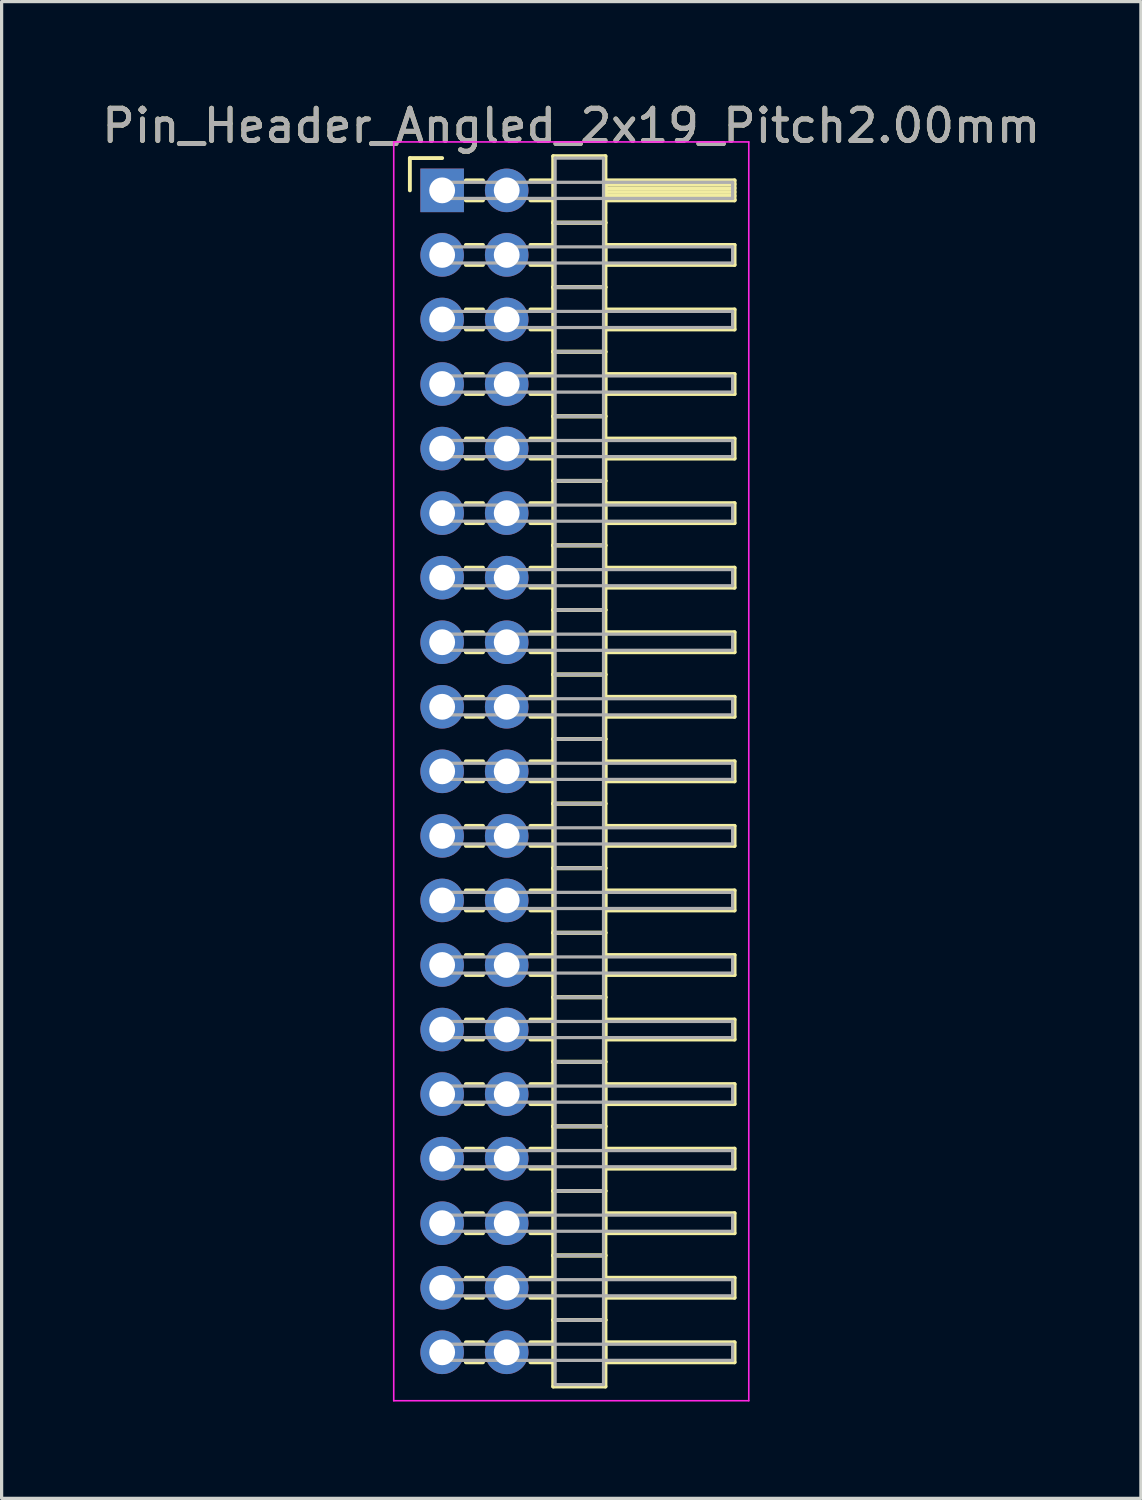
<source format=kicad_pcb>
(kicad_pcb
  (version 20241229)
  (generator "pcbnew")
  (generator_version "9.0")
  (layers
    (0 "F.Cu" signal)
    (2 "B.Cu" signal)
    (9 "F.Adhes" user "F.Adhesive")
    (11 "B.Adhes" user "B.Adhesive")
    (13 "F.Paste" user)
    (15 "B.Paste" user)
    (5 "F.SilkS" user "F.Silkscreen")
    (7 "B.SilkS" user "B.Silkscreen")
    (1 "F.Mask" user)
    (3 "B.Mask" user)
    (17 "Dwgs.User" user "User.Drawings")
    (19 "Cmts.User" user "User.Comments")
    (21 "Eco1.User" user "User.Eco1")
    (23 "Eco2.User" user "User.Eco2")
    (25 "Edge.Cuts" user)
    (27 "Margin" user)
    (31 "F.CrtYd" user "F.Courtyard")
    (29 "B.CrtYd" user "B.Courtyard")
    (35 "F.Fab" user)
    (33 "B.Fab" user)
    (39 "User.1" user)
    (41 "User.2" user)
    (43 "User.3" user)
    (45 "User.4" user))
  (footprint "Pin_Header_Angled_2x19_Pitch2.00mm"
    (layer "F.Cu")
    (at 10.649 2.848)
    (property "Reference" "Pin_Header_Angled_2x19_Pitch2.00mm" (at 4 -2 0) (layer "F.SilkS") (effects (font (size 1 1) (thickness 0.15))))
    (attr through_hole)
    (fp_line (start -1 -1) (end 0 -1) (stroke (width 0.12) (type solid)) (layer "F.SilkS"))
    (fp_line (start -1 0) (end -1 -1) (stroke (width 0.12) (type solid)) (layer "F.SilkS"))
    (fp_line (start 0.735 -0.31) (end 1.265 -0.31) (stroke (width 0.12) (type solid)) (layer "F.SilkS"))
    (fp_line (start 0.735 0.31) (end 1.265 0.31) (stroke (width 0.12) (type solid)) (layer "F.SilkS"))
    (fp_line (start 0.735 1.69) (end 1.265 1.69) (stroke (width 0.12) (type solid)) (layer "F.SilkS"))
    (fp_line (start 0.735 2.31) (end 1.265 2.31) (stroke (width 0.12) (type solid)) (layer "F.SilkS"))
    (fp_line (start 0.735 3.69) (end 1.265 3.69) (stroke (width 0.12) (type solid)) (layer "F.SilkS"))
    (fp_line (start 0.735 4.31) (end 1.265 4.31) (stroke (width 0.12) (type solid)) (layer "F.SilkS"))
    (fp_line (start 0.735 5.69) (end 1.265 5.69) (stroke (width 0.12) (type solid)) (layer "F.SilkS"))
    (fp_line (start 0.735 6.31) (end 1.265 6.31) (stroke (width 0.12) (type solid)) (layer "F.SilkS"))
    (fp_line (start 0.735 7.69) (end 1.265 7.69) (stroke (width 0.12) (type solid)) (layer "F.SilkS"))
    (fp_line (start 0.735 8.31) (end 1.265 8.31) (stroke (width 0.12) (type solid)) (layer "F.SilkS"))
    (fp_line (start 0.735 9.69) (end 1.265 9.69) (stroke (width 0.12) (type solid)) (layer "F.SilkS"))
    (fp_line (start 0.735 10.31) (end 1.265 10.31) (stroke (width 0.12) (type solid)) (layer "F.SilkS"))
    (fp_line (start 0.735 11.69) (end 1.265 11.69) (stroke (width 0.12) (type solid)) (layer "F.SilkS"))
    (fp_line (start 0.735 12.31) (end 1.265 12.31) (stroke (width 0.12) (type solid)) (layer "F.SilkS"))
    (fp_line (start 0.735 13.69) (end 1.265 13.69) (stroke (width 0.12) (type solid)) (layer "F.SilkS"))
    (fp_line (start 0.735 14.31) (end 1.265 14.31) (stroke (width 0.12) (type solid)) (layer "F.SilkS"))
    (fp_line (start 0.735 15.69) (end 1.265 15.69) (stroke (width 0.12) (type solid)) (layer "F.SilkS"))
    (fp_line (start 0.735 16.31) (end 1.265 16.31) (stroke (width 0.12) (type solid)) (layer "F.SilkS"))
    (fp_line (start 0.735 17.69) (end 1.265 17.69) (stroke (width 0.12) (type solid)) (layer "F.SilkS"))
    (fp_line (start 0.735 18.31) (end 1.265 18.31) (stroke (width 0.12) (type solid)) (layer "F.SilkS"))
    (fp_line (start 0.735 19.69) (end 1.265 19.69) (stroke (width 0.12) (type solid)) (layer "F.SilkS"))
    (fp_line (start 0.735 20.31) (end 1.265 20.31) (stroke (width 0.12) (type solid)) (layer "F.SilkS"))
    (fp_line (start 0.735 21.69) (end 1.265 21.69) (stroke (width 0.12) (type solid)) (layer "F.SilkS"))
    (fp_line (start 0.735 22.31) (end 1.265 22.31) (stroke (width 0.12) (type solid)) (layer "F.SilkS"))
    (fp_line (start 0.735 23.69) (end 1.265 23.69) (stroke (width 0.12) (type solid)) (layer "F.SilkS"))
    (fp_line (start 0.735 24.31) (end 1.265 24.31) (stroke (width 0.12) (type solid)) (layer "F.SilkS"))
    (fp_line (start 0.735 25.69) (end 1.265 25.69) (stroke (width 0.12) (type solid)) (layer "F.SilkS"))
    (fp_line (start 0.735 26.31) (end 1.265 26.31) (stroke (width 0.12) (type solid)) (layer "F.SilkS"))
    (fp_line (start 0.735 27.69) (end 1.265 27.69) (stroke (width 0.12) (type solid)) (layer "F.SilkS"))
    (fp_line (start 0.735 28.31) (end 1.265 28.31) (stroke (width 0.12) (type solid)) (layer "F.SilkS"))
    (fp_line (start 0.735 29.69) (end 1.265 29.69) (stroke (width 0.12) (type solid)) (layer "F.SilkS"))
    (fp_line (start 0.735 30.31) (end 1.265 30.31) (stroke (width 0.12) (type solid)) (layer "F.SilkS"))
    (fp_line (start 0.735 31.69) (end 1.265 31.69) (stroke (width 0.12) (type solid)) (layer "F.SilkS"))
    (fp_line (start 0.735 32.31) (end 1.265 32.31) (stroke (width 0.12) (type solid)) (layer "F.SilkS"))
    (fp_line (start 0.735 33.69) (end 1.265 33.69) (stroke (width 0.12) (type solid)) (layer "F.SilkS"))
    (fp_line (start 0.735 34.31) (end 1.265 34.31) (stroke (width 0.12) (type solid)) (layer "F.SilkS"))
    (fp_line (start 0.735 35.69) (end 1.265 35.69) (stroke (width 0.12) (type solid)) (layer "F.SilkS"))
    (fp_line (start 0.735 36.31) (end 1.265 36.31) (stroke (width 0.12) (type solid)) (layer "F.SilkS"))
    (fp_line (start 2.735 -0.31) (end 3.44 -0.31) (stroke (width 0.12) (type solid)) (layer "F.SilkS"))
    (fp_line (start 2.735 0.31) (end 3.44 0.31) (stroke (width 0.12) (type solid)) (layer "F.SilkS"))
    (fp_line (start 2.735 1.69) (end 3.44 1.69) (stroke (width 0.12) (type solid)) (layer "F.SilkS"))
    (fp_line (start 2.735 2.31) (end 3.44 2.31) (stroke (width 0.12) (type solid)) (layer "F.SilkS"))
    (fp_line (start 2.735 3.69) (end 3.44 3.69) (stroke (width 0.12) (type solid)) (layer "F.SilkS"))
    (fp_line (start 2.735 4.31) (end 3.44 4.31) (stroke (width 0.12) (type solid)) (layer "F.SilkS"))
    (fp_line (start 2.735 5.69) (end 3.44 5.69) (stroke (width 0.12) (type solid)) (layer "F.SilkS"))
    (fp_line (start 2.735 6.31) (end 3.44 6.31) (stroke (width 0.12) (type solid)) (layer "F.SilkS"))
    (fp_line (start 2.735 7.69) (end 3.44 7.69) (stroke (width 0.12) (type solid)) (layer "F.SilkS"))
    (fp_line (start 2.735 8.31) (end 3.44 8.31) (stroke (width 0.12) (type solid)) (layer "F.SilkS"))
    (fp_line (start 2.735 9.69) (end 3.44 9.69) (stroke (width 0.12) (type solid)) (layer "F.SilkS"))
    (fp_line (start 2.735 10.31) (end 3.44 10.31) (stroke (width 0.12) (type solid)) (layer "F.SilkS"))
    (fp_line (start 2.735 11.69) (end 3.44 11.69) (stroke (width 0.12) (type solid)) (layer "F.SilkS"))
    (fp_line (start 2.735 12.31) (end 3.44 12.31) (stroke (width 0.12) (type solid)) (layer "F.SilkS"))
    (fp_line (start 2.735 13.69) (end 3.44 13.69) (stroke (width 0.12) (type solid)) (layer "F.SilkS"))
    (fp_line (start 2.735 14.31) (end 3.44 14.31) (stroke (width 0.12) (type solid)) (layer "F.SilkS"))
    (fp_line (start 2.735 15.69) (end 3.44 15.69) (stroke (width 0.12) (type solid)) (layer "F.SilkS"))
    (fp_line (start 2.735 16.31) (end 3.44 16.31) (stroke (width 0.12) (type solid)) (layer "F.SilkS"))
    (fp_line (start 2.735 17.69) (end 3.44 17.69) (stroke (width 0.12) (type solid)) (layer "F.SilkS"))
    (fp_line (start 2.735 18.31) (end 3.44 18.31) (stroke (width 0.12) (type solid)) (layer "F.SilkS"))
    (fp_line (start 2.735 19.69) (end 3.44 19.69) (stroke (width 0.12) (type solid)) (layer "F.SilkS"))
    (fp_line (start 2.735 20.31) (end 3.44 20.31) (stroke (width 0.12) (type solid)) (layer "F.SilkS"))
    (fp_line (start 2.735 21.69) (end 3.44 21.69) (stroke (width 0.12) (type solid)) (layer "F.SilkS"))
    (fp_line (start 2.735 22.31) (end 3.44 22.31) (stroke (width 0.12) (type solid)) (layer "F.SilkS"))
    (fp_line (start 2.735 23.69) (end 3.44 23.69) (stroke (width 0.12) (type solid)) (layer "F.SilkS"))
    (fp_line (start 2.735 24.31) (end 3.44 24.31) (stroke (width 0.12) (type solid)) (layer "F.SilkS"))
    (fp_line (start 2.735 25.69) (end 3.44 25.69) (stroke (width 0.12) (type solid)) (layer "F.SilkS"))
    (fp_line (start 2.735 26.31) (end 3.44 26.31) (stroke (width 0.12) (type solid)) (layer "F.SilkS"))
    (fp_line (start 2.735 27.69) (end 3.44 27.69) (stroke (width 0.12) (type solid)) (layer "F.SilkS"))
    (fp_line (start 2.735 28.31) (end 3.44 28.31) (stroke (width 0.12) (type solid)) (layer "F.SilkS"))
    (fp_line (start 2.735 29.69) (end 3.44 29.69) (stroke (width 0.12) (type solid)) (layer "F.SilkS"))
    (fp_line (start 2.735 30.31) (end 3.44 30.31) (stroke (width 0.12) (type solid)) (layer "F.SilkS"))
    (fp_line (start 2.735 31.69) (end 3.44 31.69) (stroke (width 0.12) (type solid)) (layer "F.SilkS"))
    (fp_line (start 2.735 32.31) (end 3.44 32.31) (stroke (width 0.12) (type solid)) (layer "F.SilkS"))
    (fp_line (start 2.735 33.69) (end 3.44 33.69) (stroke (width 0.12) (type solid)) (layer "F.SilkS"))
    (fp_line (start 2.735 34.31) (end 3.44 34.31) (stroke (width 0.12) (type solid)) (layer "F.SilkS"))
    (fp_line (start 2.735 35.69) (end 3.44 35.69) (stroke (width 0.12) (type solid)) (layer "F.SilkS"))
    (fp_line (start 2.735 36.31) (end 3.44 36.31) (stroke (width 0.12) (type solid)) (layer "F.SilkS"))
    (fp_line (start 3.44 -1.06) (end 3.44 1) (stroke (width 0.12) (type solid)) (layer "F.SilkS"))
    (fp_line (start 3.44 1) (end 3.44 3) (stroke (width 0.12) (type solid)) (layer "F.SilkS"))
    (fp_line (start 3.44 1) (end 5.06 1) (stroke (width 0.12) (type solid)) (layer "F.SilkS"))
    (fp_line (start 3.44 3) (end 3.44 5) (stroke (width 0.12) (type solid)) (layer "F.SilkS"))
    (fp_line (start 3.44 3) (end 5.06 3) (stroke (width 0.12) (type solid)) (layer "F.SilkS"))
    (fp_line (start 3.44 5) (end 3.44 7) (stroke (width 0.12) (type solid)) (layer "F.SilkS"))
    (fp_line (start 3.44 5) (end 5.06 5) (stroke (width 0.12) (type solid)) (layer "F.SilkS"))
    (fp_line (start 3.44 7) (end 3.44 9) (stroke (width 0.12) (type solid)) (layer "F.SilkS"))
    (fp_line (start 3.44 7) (end 5.06 7) (stroke (width 0.12) (type solid)) (layer "F.SilkS"))
    (fp_line (start 3.44 9) (end 3.44 11) (stroke (width 0.12) (type solid)) (layer "F.SilkS"))
    (fp_line (start 3.44 9) (end 5.06 9) (stroke (width 0.12) (type solid)) (layer "F.SilkS"))
    (fp_line (start 3.44 11) (end 3.44 13) (stroke (width 0.12) (type solid)) (layer "F.SilkS"))
    (fp_line (start 3.44 11) (end 5.06 11) (stroke (width 0.12) (type solid)) (layer "F.SilkS"))
    (fp_line (start 3.44 13) (end 3.44 15) (stroke (width 0.12) (type solid)) (layer "F.SilkS"))
    (fp_line (start 3.44 13) (end 5.06 13) (stroke (width 0.12) (type solid)) (layer "F.SilkS"))
    (fp_line (start 3.44 15) (end 3.44 17) (stroke (width 0.12) (type solid)) (layer "F.SilkS"))
    (fp_line (start 3.44 15) (end 5.06 15) (stroke (width 0.12) (type solid)) (layer "F.SilkS"))
    (fp_line (start 3.44 17) (end 3.44 19) (stroke (width 0.12) (type solid)) (layer "F.SilkS"))
    (fp_line (start 3.44 17) (end 5.06 17) (stroke (width 0.12) (type solid)) (layer "F.SilkS"))
    (fp_line (start 3.44 19) (end 3.44 21) (stroke (width 0.12) (type solid)) (layer "F.SilkS"))
    (fp_line (start 3.44 19) (end 5.06 19) (stroke (width 0.12) (type solid)) (layer "F.SilkS"))
    (fp_line (start 3.44 21) (end 3.44 23) (stroke (width 0.12) (type solid)) (layer "F.SilkS"))
    (fp_line (start 3.44 21) (end 5.06 21) (stroke (width 0.12) (type solid)) (layer "F.SilkS"))
    (fp_line (start 3.44 23) (end 3.44 25) (stroke (width 0.12) (type solid)) (layer "F.SilkS"))
    (fp_line (start 3.44 23) (end 5.06 23) (stroke (width 0.12) (type solid)) (layer "F.SilkS"))
    (fp_line (start 3.44 25) (end 3.44 27) (stroke (width 0.12) (type solid)) (layer "F.SilkS"))
    (fp_line (start 3.44 25) (end 5.06 25) (stroke (width 0.12) (type solid)) (layer "F.SilkS"))
    (fp_line (start 3.44 27) (end 3.44 29) (stroke (width 0.12) (type solid)) (layer "F.SilkS"))
    (fp_line (start 3.44 27) (end 5.06 27) (stroke (width 0.12) (type solid)) (layer "F.SilkS"))
    (fp_line (start 3.44 29) (end 3.44 31) (stroke (width 0.12) (type solid)) (layer "F.SilkS"))
    (fp_line (start 3.44 29) (end 5.06 29) (stroke (width 0.12) (type solid)) (layer "F.SilkS"))
    (fp_line (start 3.44 31) (end 3.44 33) (stroke (width 0.12) (type solid)) (layer "F.SilkS"))
    (fp_line (start 3.44 31) (end 5.06 31) (stroke (width 0.12) (type solid)) (layer "F.SilkS"))
    (fp_line (start 3.44 33) (end 3.44 35) (stroke (width 0.12) (type solid)) (layer "F.SilkS"))
    (fp_line (start 3.44 33) (end 5.06 33) (stroke (width 0.12) (type solid)) (layer "F.SilkS"))
    (fp_line (start 3.44 35) (end 3.44 37.06) (stroke (width 0.12) (type solid)) (layer "F.SilkS"))
    (fp_line (start 3.44 35) (end 5.06 35) (stroke (width 0.12) (type solid)) (layer "F.SilkS"))
    (fp_line (start 3.44 37.06) (end 5.06 37.06) (stroke (width 0.12) (type solid)) (layer "F.SilkS"))
    (fp_line (start 5.06 -1.06) (end 3.44 -1.06) (stroke (width 0.12) (type solid)) (layer "F.SilkS"))
    (fp_line (start 5.06 -0.31) (end 5.06 0.31) (stroke (width 0.12) (type solid)) (layer "F.SilkS"))
    (fp_line (start 5.06 -0.19) (end 9.06 -0.19) (stroke (width 0.12) (type solid)) (layer "F.SilkS"))
    (fp_line (start 5.06 -0.07) (end 9.06 -0.07) (stroke (width 0.12) (type solid)) (layer "F.SilkS"))
    (fp_line (start 5.06 0.05) (end 9.06 0.05) (stroke (width 0.12) (type solid)) (layer "F.SilkS"))
    (fp_line (start 5.06 0.17) (end 9.06 0.17) (stroke (width 0.12) (type solid)) (layer "F.SilkS"))
    (fp_line (start 5.06 0.29) (end 9.06 0.29) (stroke (width 0.12) (type solid)) (layer "F.SilkS"))
    (fp_line (start 5.06 0.31) (end 9.06 0.31) (stroke (width 0.12) (type solid)) (layer "F.SilkS"))
    (fp_line (start 5.06 1) (end 3.44 1) (stroke (width 0.12) (type solid)) (layer "F.SilkS"))
    (fp_line (start 5.06 1) (end 5.06 -1.06) (stroke (width 0.12) (type solid)) (layer "F.SilkS"))
    (fp_line (start 5.06 1.69) (end 5.06 2.31) (stroke (width 0.12) (type solid)) (layer "F.SilkS"))
    (fp_line (start 5.06 2.31) (end 9.06 2.31) (stroke (width 0.12) (type solid)) (layer "F.SilkS"))
    (fp_line (start 5.06 3) (end 3.44 3) (stroke (width 0.12) (type solid)) (layer "F.SilkS"))
    (fp_line (start 5.06 3) (end 5.06 1) (stroke (width 0.12) (type solid)) (layer "F.SilkS"))
    (fp_line (start 5.06 3.69) (end 5.06 4.31) (stroke (width 0.12) (type solid)) (layer "F.SilkS"))
    (fp_line (start 5.06 4.31) (end 9.06 4.31) (stroke (width 0.12) (type solid)) (layer "F.SilkS"))
    (fp_line (start 5.06 5) (end 3.44 5) (stroke (width 0.12) (type solid)) (layer "F.SilkS"))
    (fp_line (start 5.06 5) (end 5.06 3) (stroke (width 0.12) (type solid)) (layer "F.SilkS"))
    (fp_line (start 5.06 5.69) (end 5.06 6.31) (stroke (width 0.12) (type solid)) (layer "F.SilkS"))
    (fp_line (start 5.06 6.31) (end 9.06 6.31) (stroke (width 0.12) (type solid)) (layer "F.SilkS"))
    (fp_line (start 5.06 7) (end 3.44 7) (stroke (width 0.12) (type solid)) (layer "F.SilkS"))
    (fp_line (start 5.06 7) (end 5.06 5) (stroke (width 0.12) (type solid)) (layer "F.SilkS"))
    (fp_line (start 5.06 7.69) (end 5.06 8.31) (stroke (width 0.12) (type solid)) (layer "F.SilkS"))
    (fp_line (start 5.06 8.31) (end 9.06 8.31) (stroke (width 0.12) (type solid)) (layer "F.SilkS"))
    (fp_line (start 5.06 9) (end 3.44 9) (stroke (width 0.12) (type solid)) (layer "F.SilkS"))
    (fp_line (start 5.06 9) (end 5.06 7) (stroke (width 0.12) (type solid)) (layer "F.SilkS"))
    (fp_line (start 5.06 9.69) (end 5.06 10.31) (stroke (width 0.12) (type solid)) (layer "F.SilkS"))
    (fp_line (start 5.06 10.31) (end 9.06 10.31) (stroke (width 0.12) (type solid)) (layer "F.SilkS"))
    (fp_line (start 5.06 11) (end 3.44 11) (stroke (width 0.12) (type solid)) (layer "F.SilkS"))
    (fp_line (start 5.06 11) (end 5.06 9) (stroke (width 0.12) (type solid)) (layer "F.SilkS"))
    (fp_line (start 5.06 11.69) (end 5.06 12.31) (stroke (width 0.12) (type solid)) (layer "F.SilkS"))
    (fp_line (start 5.06 12.31) (end 9.06 12.31) (stroke (width 0.12) (type solid)) (layer "F.SilkS"))
    (fp_line (start 5.06 13) (end 3.44 13) (stroke (width 0.12) (type solid)) (layer "F.SilkS"))
    (fp_line (start 5.06 13) (end 5.06 11) (stroke (width 0.12) (type solid)) (layer "F.SilkS"))
    (fp_line (start 5.06 13.69) (end 5.06 14.31) (stroke (width 0.12) (type solid)) (layer "F.SilkS"))
    (fp_line (start 5.06 14.31) (end 9.06 14.31) (stroke (width 0.12) (type solid)) (layer "F.SilkS"))
    (fp_line (start 5.06 15) (end 3.44 15) (stroke (width 0.12) (type solid)) (layer "F.SilkS"))
    (fp_line (start 5.06 15) (end 5.06 13) (stroke (width 0.12) (type solid)) (layer "F.SilkS"))
    (fp_line (start 5.06 15.69) (end 5.06 16.31) (stroke (width 0.12) (type solid)) (layer "F.SilkS"))
    (fp_line (start 5.06 16.31) (end 9.06 16.31) (stroke (width 0.12) (type solid)) (layer "F.SilkS"))
    (fp_line (start 5.06 17) (end 3.44 17) (stroke (width 0.12) (type solid)) (layer "F.SilkS"))
    (fp_line (start 5.06 17) (end 5.06 15) (stroke (width 0.12) (type solid)) (layer "F.SilkS"))
    (fp_line (start 5.06 17.69) (end 5.06 18.31) (stroke (width 0.12) (type solid)) (layer "F.SilkS"))
    (fp_line (start 5.06 18.31) (end 9.06 18.31) (stroke (width 0.12) (type solid)) (layer "F.SilkS"))
    (fp_line (start 5.06 19) (end 3.44 19) (stroke (width 0.12) (type solid)) (layer "F.SilkS"))
    (fp_line (start 5.06 19) (end 5.06 17) (stroke (width 0.12) (type solid)) (layer "F.SilkS"))
    (fp_line (start 5.06 19.69) (end 5.06 20.31) (stroke (width 0.12) (type solid)) (layer "F.SilkS"))
    (fp_line (start 5.06 20.31) (end 9.06 20.31) (stroke (width 0.12) (type solid)) (layer "F.SilkS"))
    (fp_line (start 5.06 21) (end 3.44 21) (stroke (width 0.12) (type solid)) (layer "F.SilkS"))
    (fp_line (start 5.06 21) (end 5.06 19) (stroke (width 0.12) (type solid)) (layer "F.SilkS"))
    (fp_line (start 5.06 21.69) (end 5.06 22.31) (stroke (width 0.12) (type solid)) (layer "F.SilkS"))
    (fp_line (start 5.06 22.31) (end 9.06 22.31) (stroke (width 0.12) (type solid)) (layer "F.SilkS"))
    (fp_line (start 5.06 23) (end 3.44 23) (stroke (width 0.12) (type solid)) (layer "F.SilkS"))
    (fp_line (start 5.06 23) (end 5.06 21) (stroke (width 0.12) (type solid)) (layer "F.SilkS"))
    (fp_line (start 5.06 23.69) (end 5.06 24.31) (stroke (width 0.12) (type solid)) (layer "F.SilkS"))
    (fp_line (start 5.06 24.31) (end 9.06 24.31) (stroke (width 0.12) (type solid)) (layer "F.SilkS"))
    (fp_line (start 5.06 25) (end 3.44 25) (stroke (width 0.12) (type solid)) (layer "F.SilkS"))
    (fp_line (start 5.06 25) (end 5.06 23) (stroke (width 0.12) (type solid)) (layer "F.SilkS"))
    (fp_line (start 5.06 25.69) (end 5.06 26.31) (stroke (width 0.12) (type solid)) (layer "F.SilkS"))
    (fp_line (start 5.06 26.31) (end 9.06 26.31) (stroke (width 0.12) (type solid)) (layer "F.SilkS"))
    (fp_line (start 5.06 27) (end 3.44 27) (stroke (width 0.12) (type solid)) (layer "F.SilkS"))
    (fp_line (start 5.06 27) (end 5.06 25) (stroke (width 0.12) (type solid)) (layer "F.SilkS"))
    (fp_line (start 5.06 27.69) (end 5.06 28.31) (stroke (width 0.12) (type solid)) (layer "F.SilkS"))
    (fp_line (start 5.06 28.31) (end 9.06 28.31) (stroke (width 0.12) (type solid)) (layer "F.SilkS"))
    (fp_line (start 5.06 29) (end 3.44 29) (stroke (width 0.12) (type solid)) (layer "F.SilkS"))
    (fp_line (start 5.06 29) (end 5.06 27) (stroke (width 0.12) (type solid)) (layer "F.SilkS"))
    (fp_line (start 5.06 29.69) (end 5.06 30.31) (stroke (width 0.12) (type solid)) (layer "F.SilkS"))
    (fp_line (start 5.06 30.31) (end 9.06 30.31) (stroke (width 0.12) (type solid)) (layer "F.SilkS"))
    (fp_line (start 5.06 31) (end 3.44 31) (stroke (width 0.12) (type solid)) (layer "F.SilkS"))
    (fp_line (start 5.06 31) (end 5.06 29) (stroke (width 0.12) (type solid)) (layer "F.SilkS"))
    (fp_line (start 5.06 31.69) (end 5.06 32.31) (stroke (width 0.12) (type solid)) (layer "F.SilkS"))
    (fp_line (start 5.06 32.31) (end 9.06 32.31) (stroke (width 0.12) (type solid)) (layer "F.SilkS"))
    (fp_line (start 5.06 33) (end 3.44 33) (stroke (width 0.12) (type solid)) (layer "F.SilkS"))
    (fp_line (start 5.06 33) (end 5.06 31) (stroke (width 0.12) (type solid)) (layer "F.SilkS"))
    (fp_line (start 5.06 33.69) (end 5.06 34.31) (stroke (width 0.12) (type solid)) (layer "F.SilkS"))
    (fp_line (start 5.06 34.31) (end 9.06 34.31) (stroke (width 0.12) (type solid)) (layer "F.SilkS"))
    (fp_line (start 5.06 35) (end 3.44 35) (stroke (width 0.12) (type solid)) (layer "F.SilkS"))
    (fp_line (start 5.06 35) (end 5.06 33) (stroke (width 0.12) (type solid)) (layer "F.SilkS"))
    (fp_line (start 5.06 35.69) (end 5.06 36.31) (stroke (width 0.12) (type solid)) (layer "F.SilkS"))
    (fp_line (start 5.06 36.31) (end 9.06 36.31) (stroke (width 0.12) (type solid)) (layer "F.SilkS"))
    (fp_line (start 5.06 37.06) (end 5.06 35) (stroke (width 0.12) (type solid)) (layer "F.SilkS"))
    (fp_line (start 9.06 -0.31) (end 5.06 -0.31) (stroke (width 0.12) (type solid)) (layer "F.SilkS"))
    (fp_line (start 9.06 0.31) (end 9.06 -0.31) (stroke (width 0.12) (type solid)) (layer "F.SilkS"))
    (fp_line (start 9.06 1.69) (end 5.06 1.69) (stroke (width 0.12) (type solid)) (layer "F.SilkS"))
    (fp_line (start 9.06 2.31) (end 9.06 1.69) (stroke (width 0.12) (type solid)) (layer "F.SilkS"))
    (fp_line (start 9.06 3.69) (end 5.06 3.69) (stroke (width 0.12) (type solid)) (layer "F.SilkS"))
    (fp_line (start 9.06 4.31) (end 9.06 3.69) (stroke (width 0.12) (type solid)) (layer "F.SilkS"))
    (fp_line (start 9.06 5.69) (end 5.06 5.69) (stroke (width 0.12) (type solid)) (layer "F.SilkS"))
    (fp_line (start 9.06 6.31) (end 9.06 5.69) (stroke (width 0.12) (type solid)) (layer "F.SilkS"))
    (fp_line (start 9.06 7.69) (end 5.06 7.69) (stroke (width 0.12) (type solid)) (layer "F.SilkS"))
    (fp_line (start 9.06 8.31) (end 9.06 7.69) (stroke (width 0.12) (type solid)) (layer "F.SilkS"))
    (fp_line (start 9.06 9.69) (end 5.06 9.69) (stroke (width 0.12) (type solid)) (layer "F.SilkS"))
    (fp_line (start 9.06 10.31) (end 9.06 9.69) (stroke (width 0.12) (type solid)) (layer "F.SilkS"))
    (fp_line (start 9.06 11.69) (end 5.06 11.69) (stroke (width 0.12) (type solid)) (layer "F.SilkS"))
    (fp_line (start 9.06 12.31) (end 9.06 11.69) (stroke (width 0.12) (type solid)) (layer "F.SilkS"))
    (fp_line (start 9.06 13.69) (end 5.06 13.69) (stroke (width 0.12) (type solid)) (layer "F.SilkS"))
    (fp_line (start 9.06 14.31) (end 9.06 13.69) (stroke (width 0.12) (type solid)) (layer "F.SilkS"))
    (fp_line (start 9.06 15.69) (end 5.06 15.69) (stroke (width 0.12) (type solid)) (layer "F.SilkS"))
    (fp_line (start 9.06 16.31) (end 9.06 15.69) (stroke (width 0.12) (type solid)) (layer "F.SilkS"))
    (fp_line (start 9.06 17.69) (end 5.06 17.69) (stroke (width 0.12) (type solid)) (layer "F.SilkS"))
    (fp_line (start 9.06 18.31) (end 9.06 17.69) (stroke (width 0.12) (type solid)) (layer "F.SilkS"))
    (fp_line (start 9.06 19.69) (end 5.06 19.69) (stroke (width 0.12) (type solid)) (layer "F.SilkS"))
    (fp_line (start 9.06 20.31) (end 9.06 19.69) (stroke (width 0.12) (type solid)) (layer "F.SilkS"))
    (fp_line (start 9.06 21.69) (end 5.06 21.69) (stroke (width 0.12) (type solid)) (layer "F.SilkS"))
    (fp_line (start 9.06 22.31) (end 9.06 21.69) (stroke (width 0.12) (type solid)) (layer "F.SilkS"))
    (fp_line (start 9.06 23.69) (end 5.06 23.69) (stroke (width 0.12) (type solid)) (layer "F.SilkS"))
    (fp_line (start 9.06 24.31) (end 9.06 23.69) (stroke (width 0.12) (type solid)) (layer "F.SilkS"))
    (fp_line (start 9.06 25.69) (end 5.06 25.69) (stroke (width 0.12) (type solid)) (layer "F.SilkS"))
    (fp_line (start 9.06 26.31) (end 9.06 25.69) (stroke (width 0.12) (type solid)) (layer "F.SilkS"))
    (fp_line (start 9.06 27.69) (end 5.06 27.69) (stroke (width 0.12) (type solid)) (layer "F.SilkS"))
    (fp_line (start 9.06 28.31) (end 9.06 27.69) (stroke (width 0.12) (type solid)) (layer "F.SilkS"))
    (fp_line (start 9.06 29.69) (end 5.06 29.69) (stroke (width 0.12) (type solid)) (layer "F.SilkS"))
    (fp_line (start 9.06 30.31) (end 9.06 29.69) (stroke (width 0.12) (type solid)) (layer "F.SilkS"))
    (fp_line (start 9.06 31.69) (end 5.06 31.69) (stroke (width 0.12) (type solid)) (layer "F.SilkS"))
    (fp_line (start 9.06 32.31) (end 9.06 31.69) (stroke (width 0.12) (type solid)) (layer "F.SilkS"))
    (fp_line (start 9.06 33.69) (end 5.06 33.69) (stroke (width 0.12) (type solid)) (layer "F.SilkS"))
    (fp_line (start 9.06 34.31) (end 9.06 33.69) (stroke (width 0.12) (type solid)) (layer "F.SilkS"))
    (fp_line (start 9.06 35.69) (end 5.06 35.69) (stroke (width 0.12) (type solid)) (layer "F.SilkS"))
    (fp_line (start 9.06 36.31) (end 9.06 35.69) (stroke (width 0.12) (type solid)) (layer "F.SilkS"))
    (fp_line (start -1.5 -1.5) (end -1.5 37.5) (stroke (width 0.05) (type solid)) (layer "F.CrtYd"))
    (fp_line (start -1.5 37.5) (end 9.5 37.5) (stroke (width 0.05) (type solid)) (layer "F.CrtYd"))
    (fp_line (start 9.5 -1.5) (end -1.5 -1.5) (stroke (width 0.05) (type solid)) (layer "F.CrtYd"))
    (fp_line (start 9.5 37.5) (end 9.5 -1.5) (stroke (width 0.05) (type solid)) (layer "F.CrtYd"))
    (fp_line (start 0 -0.25) (end 0 0.25) (stroke (width 0.1) (type solid)) (layer "F.Fab"))
    (fp_line (start 0 0.25) (end 9 0.25) (stroke (width 0.1) (type solid)) (layer "F.Fab"))
    (fp_line (start 0 1.75) (end 0 2.25) (stroke (width 0.1) (type solid)) (layer "F.Fab"))
    (fp_line (start 0 2.25) (end 9 2.25) (stroke (width 0.1) (type solid)) (layer "F.Fab"))
    (fp_line (start 0 3.75) (end 0 4.25) (stroke (width 0.1) (type solid)) (layer "F.Fab"))
    (fp_line (start 0 4.25) (end 9 4.25) (stroke (width 0.1) (type solid)) (layer "F.Fab"))
    (fp_line (start 0 5.75) (end 0 6.25) (stroke (width 0.1) (type solid)) (layer "F.Fab"))
    (fp_line (start 0 6.25) (end 9 6.25) (stroke (width 0.1) (type solid)) (layer "F.Fab"))
    (fp_line (start 0 7.75) (end 0 8.25) (stroke (width 0.1) (type solid)) (layer "F.Fab"))
    (fp_line (start 0 8.25) (end 9 8.25) (stroke (width 0.1) (type solid)) (layer "F.Fab"))
    (fp_line (start 0 9.75) (end 0 10.25) (stroke (width 0.1) (type solid)) (layer "F.Fab"))
    (fp_line (start 0 10.25) (end 9 10.25) (stroke (width 0.1) (type solid)) (layer "F.Fab"))
    (fp_line (start 0 11.75) (end 0 12.25) (stroke (width 0.1) (type solid)) (layer "F.Fab"))
    (fp_line (start 0 12.25) (end 9 12.25) (stroke (width 0.1) (type solid)) (layer "F.Fab"))
    (fp_line (start 0 13.75) (end 0 14.25) (stroke (width 0.1) (type solid)) (layer "F.Fab"))
    (fp_line (start 0 14.25) (end 9 14.25) (stroke (width 0.1) (type solid)) (layer "F.Fab"))
    (fp_line (start 0 15.75) (end 0 16.25) (stroke (width 0.1) (type solid)) (layer "F.Fab"))
    (fp_line (start 0 16.25) (end 9 16.25) (stroke (width 0.1) (type solid)) (layer "F.Fab"))
    (fp_line (start 0 17.75) (end 0 18.25) (stroke (width 0.1) (type solid)) (layer "F.Fab"))
    (fp_line (start 0 18.25) (end 9 18.25) (stroke (width 0.1) (type solid)) (layer "F.Fab"))
    (fp_line (start 0 19.75) (end 0 20.25) (stroke (width 0.1) (type solid)) (layer "F.Fab"))
    (fp_line (start 0 20.25) (end 9 20.25) (stroke (width 0.1) (type solid)) (layer "F.Fab"))
    (fp_line (start 0 21.75) (end 0 22.25) (stroke (width 0.1) (type solid)) (layer "F.Fab"))
    (fp_line (start 0 22.25) (end 9 22.25) (stroke (width 0.1) (type solid)) (layer "F.Fab"))
    (fp_line (start 0 23.75) (end 0 24.25) (stroke (width 0.1) (type solid)) (layer "F.Fab"))
    (fp_line (start 0 24.25) (end 9 24.25) (stroke (width 0.1) (type solid)) (layer "F.Fab"))
    (fp_line (start 0 25.75) (end 0 26.25) (stroke (width 0.1) (type solid)) (layer "F.Fab"))
    (fp_line (start 0 26.25) (end 9 26.25) (stroke (width 0.1) (type solid)) (layer "F.Fab"))
    (fp_line (start 0 27.75) (end 0 28.25) (stroke (width 0.1) (type solid)) (layer "F.Fab"))
    (fp_line (start 0 28.25) (end 9 28.25) (stroke (width 0.1) (type solid)) (layer "F.Fab"))
    (fp_line (start 0 29.75) (end 0 30.25) (stroke (width 0.1) (type solid)) (layer "F.Fab"))
    (fp_line (start 0 30.25) (end 9 30.25) (stroke (width 0.1) (type solid)) (layer "F.Fab"))
    (fp_line (start 0 31.75) (end 0 32.25) (stroke (width 0.1) (type solid)) (layer "F.Fab"))
    (fp_line (start 0 32.25) (end 9 32.25) (stroke (width 0.1) (type solid)) (layer "F.Fab"))
    (fp_line (start 0 33.75) (end 0 34.25) (stroke (width 0.1) (type solid)) (layer "F.Fab"))
    (fp_line (start 0 34.25) (end 9 34.25) (stroke (width 0.1) (type solid)) (layer "F.Fab"))
    (fp_line (start 0 35.75) (end 0 36.25) (stroke (width 0.1) (type solid)) (layer "F.Fab"))
    (fp_line (start 0 36.25) (end 9 36.25) (stroke (width 0.1) (type solid)) (layer "F.Fab"))
    (fp_line (start 3.5 -1) (end 3.5 1) (stroke (width 0.1) (type solid)) (layer "F.Fab"))
    (fp_line (start 3.5 1) (end 3.5 3) (stroke (width 0.1) (type solid)) (layer "F.Fab"))
    (fp_line (start 3.5 1) (end 5 1) (stroke (width 0.1) (type solid)) (layer "F.Fab"))
    (fp_line (start 3.5 3) (end 3.5 5) (stroke (width 0.1) (type solid)) (layer "F.Fab"))
    (fp_line (start 3.5 3) (end 5 3) (stroke (width 0.1) (type solid)) (layer "F.Fab"))
    (fp_line (start 3.5 5) (end 3.5 7) (stroke (width 0.1) (type solid)) (layer "F.Fab"))
    (fp_line (start 3.5 5) (end 5 5) (stroke (width 0.1) (type solid)) (layer "F.Fab"))
    (fp_line (start 3.5 7) (end 3.5 9) (stroke (width 0.1) (type solid)) (layer "F.Fab"))
    (fp_line (start 3.5 7) (end 5 7) (stroke (width 0.1) (type solid)) (layer "F.Fab"))
    (fp_line (start 3.5 9) (end 3.5 11) (stroke (width 0.1) (type solid)) (layer "F.Fab"))
    (fp_line (start 3.5 9) (end 5 9) (stroke (width 0.1) (type solid)) (layer "F.Fab"))
    (fp_line (start 3.5 11) (end 3.5 13) (stroke (width 0.1) (type solid)) (layer "F.Fab"))
    (fp_line (start 3.5 11) (end 5 11) (stroke (width 0.1) (type solid)) (layer "F.Fab"))
    (fp_line (start 3.5 13) (end 3.5 15) (stroke (width 0.1) (type solid)) (layer "F.Fab"))
    (fp_line (start 3.5 13) (end 5 13) (stroke (width 0.1) (type solid)) (layer "F.Fab"))
    (fp_line (start 3.5 15) (end 3.5 17) (stroke (width 0.1) (type solid)) (layer "F.Fab"))
    (fp_line (start 3.5 15) (end 5 15) (stroke (width 0.1) (type solid)) (layer "F.Fab"))
    (fp_line (start 3.5 17) (end 3.5 19) (stroke (width 0.1) (type solid)) (layer "F.Fab"))
    (fp_line (start 3.5 17) (end 5 17) (stroke (width 0.1) (type solid)) (layer "F.Fab"))
    (fp_line (start 3.5 19) (end 3.5 21) (stroke (width 0.1) (type solid)) (layer "F.Fab"))
    (fp_line (start 3.5 19) (end 5 19) (stroke (width 0.1) (type solid)) (layer "F.Fab"))
    (fp_line (start 3.5 21) (end 3.5 23) (stroke (width 0.1) (type solid)) (layer "F.Fab"))
    (fp_line (start 3.5 21) (end 5 21) (stroke (width 0.1) (type solid)) (layer "F.Fab"))
    (fp_line (start 3.5 23) (end 3.5 25) (stroke (width 0.1) (type solid)) (layer "F.Fab"))
    (fp_line (start 3.5 23) (end 5 23) (stroke (width 0.1) (type solid)) (layer "F.Fab"))
    (fp_line (start 3.5 25) (end 3.5 27) (stroke (width 0.1) (type solid)) (layer "F.Fab"))
    (fp_line (start 3.5 25) (end 5 25) (stroke (width 0.1) (type solid)) (layer "F.Fab"))
    (fp_line (start 3.5 27) (end 3.5 29) (stroke (width 0.1) (type solid)) (layer "F.Fab"))
    (fp_line (start 3.5 27) (end 5 27) (stroke (width 0.1) (type solid)) (layer "F.Fab"))
    (fp_line (start 3.5 29) (end 3.5 31) (stroke (width 0.1) (type solid)) (layer "F.Fab"))
    (fp_line (start 3.5 29) (end 5 29) (stroke (width 0.1) (type solid)) (layer "F.Fab"))
    (fp_line (start 3.5 31) (end 3.5 33) (stroke (width 0.1) (type solid)) (layer "F.Fab"))
    (fp_line (start 3.5 31) (end 5 31) (stroke (width 0.1) (type solid)) (layer "F.Fab"))
    (fp_line (start 3.5 33) (end 3.5 35) (stroke (width 0.1) (type solid)) (layer "F.Fab"))
    (fp_line (start 3.5 33) (end 5 33) (stroke (width 0.1) (type solid)) (layer "F.Fab"))
    (fp_line (start 3.5 35) (end 3.5 37) (stroke (width 0.1) (type solid)) (layer "F.Fab"))
    (fp_line (start 3.5 35) (end 5 35) (stroke (width 0.1) (type solid)) (layer "F.Fab"))
    (fp_line (start 3.5 37) (end 5 37) (stroke (width 0.1) (type solid)) (layer "F.Fab"))
    (fp_line (start 5 -1) (end 3.5 -1) (stroke (width 0.1) (type solid)) (layer "F.Fab"))
    (fp_line (start 5 1) (end 3.5 1) (stroke (width 0.1) (type solid)) (layer "F.Fab"))
    (fp_line (start 5 1) (end 5 -1) (stroke (width 0.1) (type solid)) (layer "F.Fab"))
    (fp_line (start 5 3) (end 3.5 3) (stroke (width 0.1) (type solid)) (layer "F.Fab"))
    (fp_line (start 5 3) (end 5 1) (stroke (width 0.1) (type solid)) (layer "F.Fab"))
    (fp_line (start 5 5) (end 3.5 5) (stroke (width 0.1) (type solid)) (layer "F.Fab"))
    (fp_line (start 5 5) (end 5 3) (stroke (width 0.1) (type solid)) (layer "F.Fab"))
    (fp_line (start 5 7) (end 3.5 7) (stroke (width 0.1) (type solid)) (layer "F.Fab"))
    (fp_line (start 5 7) (end 5 5) (stroke (width 0.1) (type solid)) (layer "F.Fab"))
    (fp_line (start 5 9) (end 3.5 9) (stroke (width 0.1) (type solid)) (layer "F.Fab"))
    (fp_line (start 5 9) (end 5 7) (stroke (width 0.1) (type solid)) (layer "F.Fab"))
    (fp_line (start 5 11) (end 3.5 11) (stroke (width 0.1) (type solid)) (layer "F.Fab"))
    (fp_line (start 5 11) (end 5 9) (stroke (width 0.1) (type solid)) (layer "F.Fab"))
    (fp_line (start 5 13) (end 3.5 13) (stroke (width 0.1) (type solid)) (layer "F.Fab"))
    (fp_line (start 5 13) (end 5 11) (stroke (width 0.1) (type solid)) (layer "F.Fab"))
    (fp_line (start 5 15) (end 3.5 15) (stroke (width 0.1) (type solid)) (layer "F.Fab"))
    (fp_line (start 5 15) (end 5 13) (stroke (width 0.1) (type solid)) (layer "F.Fab"))
    (fp_line (start 5 17) (end 3.5 17) (stroke (width 0.1) (type solid)) (layer "F.Fab"))
    (fp_line (start 5 17) (end 5 15) (stroke (width 0.1) (type solid)) (layer "F.Fab"))
    (fp_line (start 5 19) (end 3.5 19) (stroke (width 0.1) (type solid)) (layer "F.Fab"))
    (fp_line (start 5 19) (end 5 17) (stroke (width 0.1) (type solid)) (layer "F.Fab"))
    (fp_line (start 5 21) (end 3.5 21) (stroke (width 0.1) (type solid)) (layer "F.Fab"))
    (fp_line (start 5 21) (end 5 19) (stroke (width 0.1) (type solid)) (layer "F.Fab"))
    (fp_line (start 5 23) (end 3.5 23) (stroke (width 0.1) (type solid)) (layer "F.Fab"))
    (fp_line (start 5 23) (end 5 21) (stroke (width 0.1) (type solid)) (layer "F.Fab"))
    (fp_line (start 5 25) (end 3.5 25) (stroke (width 0.1) (type solid)) (layer "F.Fab"))
    (fp_line (start 5 25) (end 5 23) (stroke (width 0.1) (type solid)) (layer "F.Fab"))
    (fp_line (start 5 27) (end 3.5 27) (stroke (width 0.1) (type solid)) (layer "F.Fab"))
    (fp_line (start 5 27) (end 5 25) (stroke (width 0.1) (type solid)) (layer "F.Fab"))
    (fp_line (start 5 29) (end 3.5 29) (stroke (width 0.1) (type solid)) (layer "F.Fab"))
    (fp_line (start 5 29) (end 5 27) (stroke (width 0.1) (type solid)) (layer "F.Fab"))
    (fp_line (start 5 31) (end 3.5 31) (stroke (width 0.1) (type solid)) (layer "F.Fab"))
    (fp_line (start 5 31) (end 5 29) (stroke (width 0.1) (type solid)) (layer "F.Fab"))
    (fp_line (start 5 33) (end 3.5 33) (stroke (width 0.1) (type solid)) (layer "F.Fab"))
    (fp_line (start 5 33) (end 5 31) (stroke (width 0.1) (type solid)) (layer "F.Fab"))
    (fp_line (start 5 35) (end 3.5 35) (stroke (width 0.1) (type solid)) (layer "F.Fab"))
    (fp_line (start 5 35) (end 5 33) (stroke (width 0.1) (type solid)) (layer "F.Fab"))
    (fp_line (start 5 37) (end 5 35) (stroke (width 0.1) (type solid)) (layer "F.Fab"))
    (fp_line (start 9 -0.25) (end 0 -0.25) (stroke (width 0.1) (type solid)) (layer "F.Fab"))
    (fp_line (start 9 0.25) (end 9 -0.25) (stroke (width 0.1) (type solid)) (layer "F.Fab"))
    (fp_line (start 9 1.75) (end 0 1.75) (stroke (width 0.1) (type solid)) (layer "F.Fab"))
    (fp_line (start 9 2.25) (end 9 1.75) (stroke (width 0.1) (type solid)) (layer "F.Fab"))
    (fp_line (start 9 3.75) (end 0 3.75) (stroke (width 0.1) (type solid)) (layer "F.Fab"))
    (fp_line (start 9 4.25) (end 9 3.75) (stroke (width 0.1) (type solid)) (layer "F.Fab"))
    (fp_line (start 9 5.75) (end 0 5.75) (stroke (width 0.1) (type solid)) (layer "F.Fab"))
    (fp_line (start 9 6.25) (end 9 5.75) (stroke (width 0.1) (type solid)) (layer "F.Fab"))
    (fp_line (start 9 7.75) (end 0 7.75) (stroke (width 0.1) (type solid)) (layer "F.Fab"))
    (fp_line (start 9 8.25) (end 9 7.75) (stroke (width 0.1) (type solid)) (layer "F.Fab"))
    (fp_line (start 9 9.75) (end 0 9.75) (stroke (width 0.1) (type solid)) (layer "F.Fab"))
    (fp_line (start 9 10.25) (end 9 9.75) (stroke (width 0.1) (type solid)) (layer "F.Fab"))
    (fp_line (start 9 11.75) (end 0 11.75) (stroke (width 0.1) (type solid)) (layer "F.Fab"))
    (fp_line (start 9 12.25) (end 9 11.75) (stroke (width 0.1) (type solid)) (layer "F.Fab"))
    (fp_line (start 9 13.75) (end 0 13.75) (stroke (width 0.1) (type solid)) (layer "F.Fab"))
    (fp_line (start 9 14.25) (end 9 13.75) (stroke (width 0.1) (type solid)) (layer "F.Fab"))
    (fp_line (start 9 15.75) (end 0 15.75) (stroke (width 0.1) (type solid)) (layer "F.Fab"))
    (fp_line (start 9 16.25) (end 9 15.75) (stroke (width 0.1) (type solid)) (layer "F.Fab"))
    (fp_line (start 9 17.75) (end 0 17.75) (stroke (width 0.1) (type solid)) (layer "F.Fab"))
    (fp_line (start 9 18.25) (end 9 17.75) (stroke (width 0.1) (type solid)) (layer "F.Fab"))
    (fp_line (start 9 19.75) (end 0 19.75) (stroke (width 0.1) (type solid)) (layer "F.Fab"))
    (fp_line (start 9 20.25) (end 9 19.75) (stroke (width 0.1) (type solid)) (layer "F.Fab"))
    (fp_line (start 9 21.75) (end 0 21.75) (stroke (width 0.1) (type solid)) (layer "F.Fab"))
    (fp_line (start 9 22.25) (end 9 21.75) (stroke (width 0.1) (type solid)) (layer "F.Fab"))
    (fp_line (start 9 23.75) (end 0 23.75) (stroke (width 0.1) (type solid)) (layer "F.Fab"))
    (fp_line (start 9 24.25) (end 9 23.75) (stroke (width 0.1) (type solid)) (layer "F.Fab"))
    (fp_line (start 9 25.75) (end 0 25.75) (stroke (width 0.1) (type solid)) (layer "F.Fab"))
    (fp_line (start 9 26.25) (end 9 25.75) (stroke (width 0.1) (type solid)) (layer "F.Fab"))
    (fp_line (start 9 27.75) (end 0 27.75) (stroke (width 0.1) (type solid)) (layer "F.Fab"))
    (fp_line (start 9 28.25) (end 9 27.75) (stroke (width 0.1) (type solid)) (layer "F.Fab"))
    (fp_line (start 9 29.75) (end 0 29.75) (stroke (width 0.1) (type solid)) (layer "F.Fab"))
    (fp_line (start 9 30.25) (end 9 29.75) (stroke (width 0.1) (type solid)) (layer "F.Fab"))
    (fp_line (start 9 31.75) (end 0 31.75) (stroke (width 0.1) (type solid)) (layer "F.Fab"))
    (fp_line (start 9 32.25) (end 9 31.75) (stroke (width 0.1) (type solid)) (layer "F.Fab"))
    (fp_line (start 9 33.75) (end 0 33.75) (stroke (width 0.1) (type solid)) (layer "F.Fab"))
    (fp_line (start 9 34.25) (end 9 33.75) (stroke (width 0.1) (type solid)) (layer "F.Fab"))
    (fp_line (start 9 35.75) (end 0 35.75) (stroke (width 0.1) (type solid)) (layer "F.Fab"))
    (fp_line (start 9 36.25) (end 9 35.75) (stroke (width 0.1) (type solid)) (layer "F.Fab"))
    (fp_text user "${REFERENCE}" (at 4 -2 0) (layer "F.Fab") (effects (font (size 1 1) (thickness 0.15))))
    (pad "1" thru_hole rect (at 0 0) (size 1.35 1.35) (drill 0.8) (layers "*.Cu" "*.Mask"))
    (pad "2" thru_hole oval (at 2 0) (size 1.35 1.35) (drill 0.8) (layers "*.Cu" "*.Mask"))
    (pad "3" thru_hole oval (at 0 2) (size 1.35 1.35) (drill 0.8) (layers "*.Cu" "*.Mask"))
    (pad "4" thru_hole oval (at 2 2) (size 1.35 1.35) (drill 0.8) (layers "*.Cu" "*.Mask"))
    (pad "5" thru_hole oval (at 0 4) (size 1.35 1.35) (drill 0.8) (layers "*.Cu" "*.Mask"))
    (pad "6" thru_hole oval (at 2 4) (size 1.35 1.35) (drill 0.8) (layers "*.Cu" "*.Mask"))
    (pad "7" thru_hole oval (at 0 6) (size 1.35 1.35) (drill 0.8) (layers "*.Cu" "*.Mask"))
    (pad "8" thru_hole oval (at 2 6) (size 1.35 1.35) (drill 0.8) (layers "*.Cu" "*.Mask"))
    (pad "9" thru_hole oval (at 0 8) (size 1.35 1.35) (drill 0.8) (layers "*.Cu" "*.Mask"))
    (pad "10" thru_hole oval (at 2 8) (size 1.35 1.35) (drill 0.8) (layers "*.Cu" "*.Mask"))
    (pad "11" thru_hole oval (at 0 10) (size 1.35 1.35) (drill 0.8) (layers "*.Cu" "*.Mask"))
    (pad "12" thru_hole oval (at 2 10) (size 1.35 1.35) (drill 0.8) (layers "*.Cu" "*.Mask"))
    (pad "13" thru_hole oval (at 0 12) (size 1.35 1.35) (drill 0.8) (layers "*.Cu" "*.Mask"))
    (pad "14" thru_hole oval (at 2 12) (size 1.35 1.35) (drill 0.8) (layers "*.Cu" "*.Mask"))
    (pad "15" thru_hole oval (at 0 14) (size 1.35 1.35) (drill 0.8) (layers "*.Cu" "*.Mask"))
    (pad "16" thru_hole oval (at 2 14) (size 1.35 1.35) (drill 0.8) (layers "*.Cu" "*.Mask"))
    (pad "17" thru_hole oval (at 0 16) (size 1.35 1.35) (drill 0.8) (layers "*.Cu" "*.Mask"))
    (pad "18" thru_hole oval (at 2 16) (size 1.35 1.35) (drill 0.8) (layers "*.Cu" "*.Mask"))
    (pad "19" thru_hole oval (at 0 18) (size 1.35 1.35) (drill 0.8) (layers "*.Cu" "*.Mask"))
    (pad "20" thru_hole oval (at 2 18) (size 1.35 1.35) (drill 0.8) (layers "*.Cu" "*.Mask"))
    (pad "21" thru_hole oval (at 0 20) (size 1.35 1.35) (drill 0.8) (layers "*.Cu" "*.Mask"))
    (pad "22" thru_hole oval (at 2 20) (size 1.35 1.35) (drill 0.8) (layers "*.Cu" "*.Mask"))
    (pad "23" thru_hole oval (at 0 22) (size 1.35 1.35) (drill 0.8) (layers "*.Cu" "*.Mask"))
    (pad "24" thru_hole oval (at 2 22) (size 1.35 1.35) (drill 0.8) (layers "*.Cu" "*.Mask"))
    (pad "25" thru_hole oval (at 0 24) (size 1.35 1.35) (drill 0.8) (layers "*.Cu" "*.Mask"))
    (pad "26" thru_hole oval (at 2 24) (size 1.35 1.35) (drill 0.8) (layers "*.Cu" "*.Mask"))
    (pad "27" thru_hole oval (at 0 26) (size 1.35 1.35) (drill 0.8) (layers "*.Cu" "*.Mask"))
    (pad "28" thru_hole oval (at 2 26) (size 1.35 1.35) (drill 0.8) (layers "*.Cu" "*.Mask"))
    (pad "29" thru_hole oval (at 0 28) (size 1.35 1.35) (drill 0.8) (layers "*.Cu" "*.Mask"))
    (pad "30" thru_hole oval (at 2 28) (size 1.35 1.35) (drill 0.8) (layers "*.Cu" "*.Mask"))
    (pad "31" thru_hole oval (at 0 30) (size 1.35 1.35) (drill 0.8) (layers "*.Cu" "*.Mask"))
    (pad "32" thru_hole oval (at 2 30) (size 1.35 1.35) (drill 0.8) (layers "*.Cu" "*.Mask"))
    (pad "33" thru_hole oval (at 0 32) (size 1.35 1.35) (drill 0.8) (layers "*.Cu" "*.Mask"))
    (pad "34" thru_hole oval (at 2 32) (size 1.35 1.35) (drill 0.8) (layers "*.Cu" "*.Mask"))
    (pad "35" thru_hole oval (at 0 34) (size 1.35 1.35) (drill 0.8) (layers "*.Cu" "*.Mask"))
    (pad "36" thru_hole oval (at 2 34) (size 1.35 1.35) (drill 0.8) (layers "*.Cu" "*.Mask"))
    (pad "37" thru_hole oval (at 0 36) (size 1.35 1.35) (drill 0.8) (layers "*.Cu" "*.Mask"))
    (pad "38" thru_hole oval (at 2 36) (size 1.35 1.35) (drill 0.8) (layers "*.Cu" "*.Mask")))
  (gr_rect
    (start -3 -3)
    (end 32.298 43.373)
    (stroke (width 0.1) (type default))
    (fill no)
    (layer "Edge.Cuts")))
</source>
